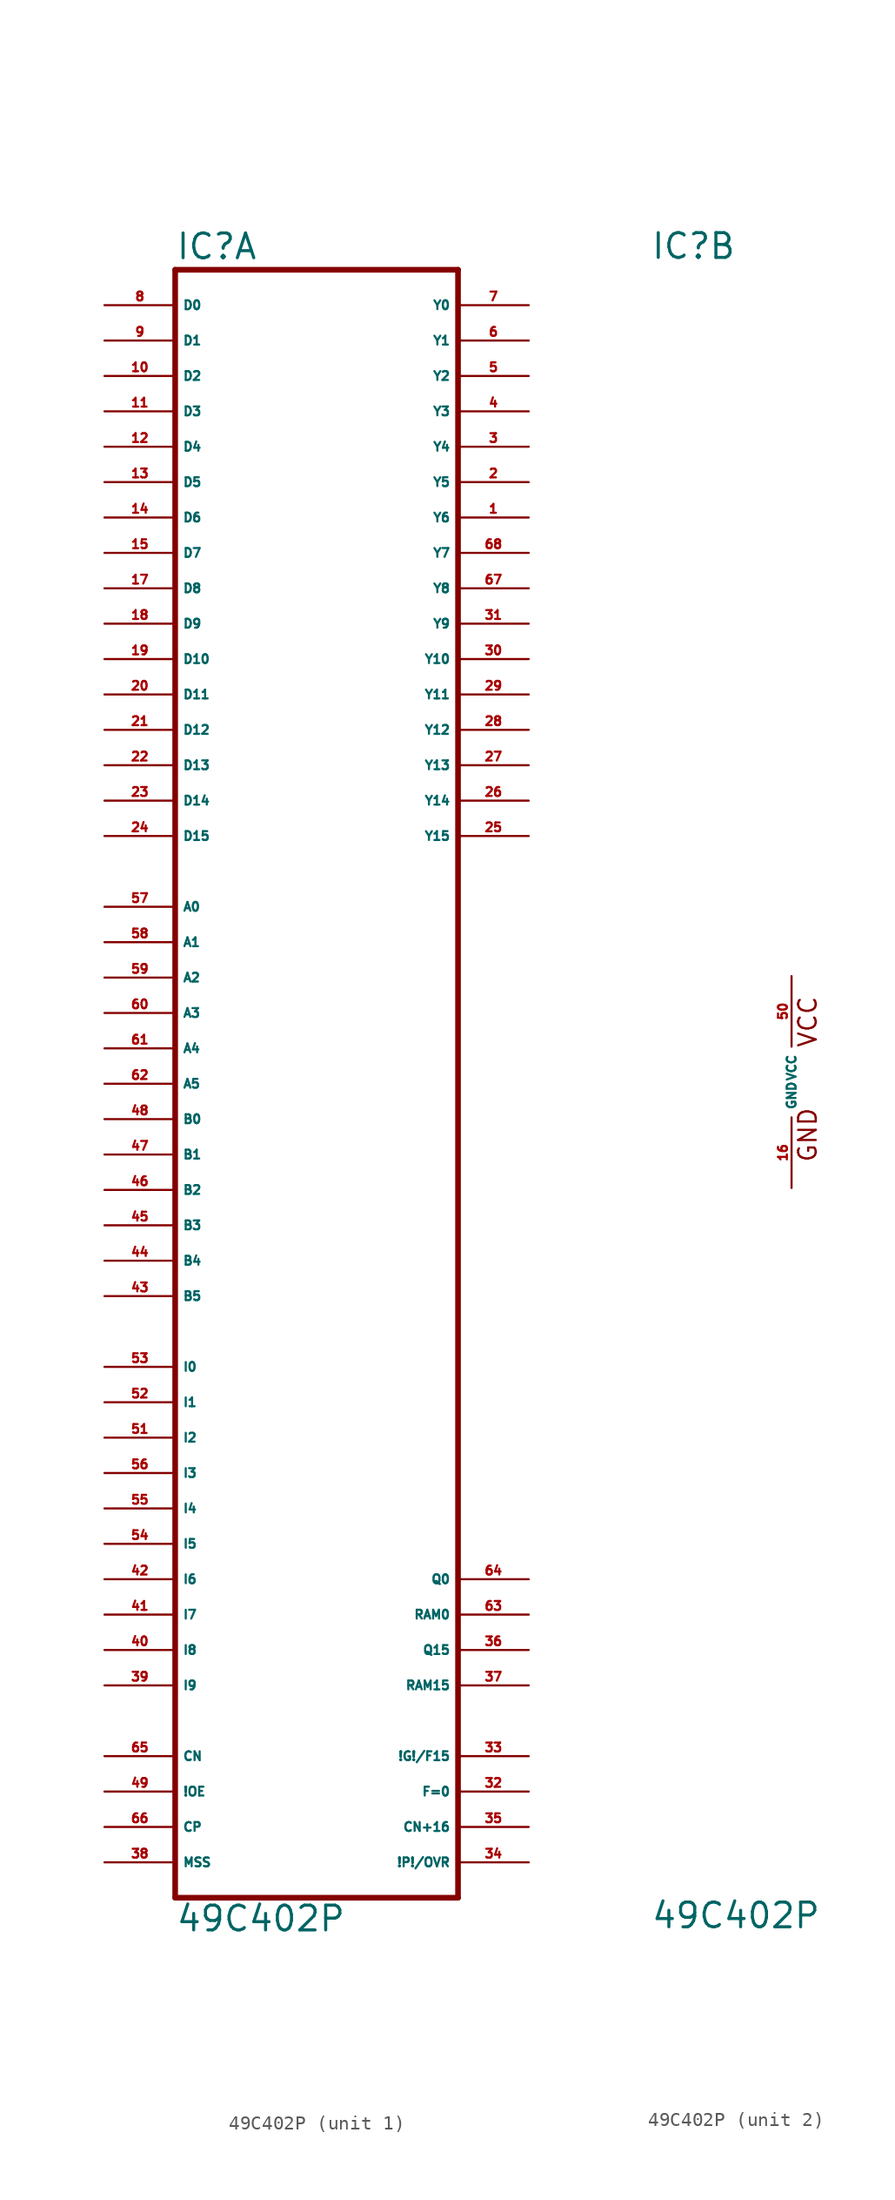
<source format=kicad_sym>
(kicad_symbol_lib
  (version 20220914)
  (generator Eagle2Kicad)
  (symbol "49C402P"
    (property "Reference" "IC"
      (at -10.16 59.055 0)
      (effects (font (size 1.778 1.778) (thickness 0.22)) (justify left bottom)))
    (property "Value" "49C402P"
      (at -10.16 -60.96 0)
      (effects (font (size 1.778 1.778) (thickness 0.22)) (justify left bottom)))
    (symbol "49C402P_1_0"
      (polyline (pts (xy -10.16 -58.42) (xy 10.16 -58.42)) (stroke (width 0.406) (type default)) (fill (type none)))
      (polyline (pts (xy 10.16 -58.42) (xy 10.16 58.42)) (stroke (width 0.406) (type default)) (fill (type none)))
      (polyline (pts (xy 10.16 58.42) (xy -10.16 58.42)) (stroke (width 0.406) (type default)) (fill (type none)))
      (polyline (pts (xy -10.16 58.42) (xy -10.16 -58.42)) (stroke (width 0.406) (type default)) (fill (type none)))
      (pin input line (at -15.24 12.7 0) (length 5.08) (name "A0" (effects (font (size 0.635 0.635) (thickness 0.08)) (justify left bottom))) (number "57" (effects (font (size 0.635 0.635) (thickness 0.08)) (justify left bottom))))
      (pin input line (at -15.24 10.16 0) (length 5.08) (name "A1" (effects (font (size 0.635 0.635) (thickness 0.08)) (justify left bottom))) (number "58" (effects (font (size 0.635 0.635) (thickness 0.08)) (justify left bottom))))
      (pin input line (at -15.24 7.62 0) (length 5.08) (name "A2" (effects (font (size 0.635 0.635) (thickness 0.08)) (justify left bottom))) (number "59" (effects (font (size 0.635 0.635) (thickness 0.08)) (justify left bottom))))
      (pin input line (at -15.24 5.08 0) (length 5.08) (name "A3" (effects (font (size 0.635 0.635) (thickness 0.08)) (justify left bottom))) (number "60" (effects (font (size 0.635 0.635) (thickness 0.08)) (justify left bottom))))
      (pin input line (at -15.24 -2.54 0) (length 5.08) (name "B0" (effects (font (size 0.635 0.635) (thickness 0.08)) (justify left bottom))) (number "48" (effects (font (size 0.635 0.635) (thickness 0.08)) (justify left bottom))))
      (pin input line (at -15.24 -5.08 0) (length 5.08) (name "B1" (effects (font (size 0.635 0.635) (thickness 0.08)) (justify left bottom))) (number "47" (effects (font (size 0.635 0.635) (thickness 0.08)) (justify left bottom))))
      (pin input line (at -15.24 -7.62 0) (length 5.08) (name "B2" (effects (font (size 0.635 0.635) (thickness 0.08)) (justify left bottom))) (number "46" (effects (font (size 0.635 0.635) (thickness 0.08)) (justify left bottom))))
      (pin input line (at -15.24 -10.16 0) (length 5.08) (name "B3" (effects (font (size 0.635 0.635) (thickness 0.08)) (justify left bottom))) (number "45" (effects (font (size 0.635 0.635) (thickness 0.08)) (justify left bottom))))
      (pin input line (at -15.24 55.88 0) (length 5.08) (name "D0" (effects (font (size 0.635 0.635) (thickness 0.08)) (justify left bottom))) (number "8" (effects (font (size 0.635 0.635) (thickness 0.08)) (justify left bottom))))
      (pin input line (at -15.24 53.34 0) (length 5.08) (name "D1" (effects (font (size 0.635 0.635) (thickness 0.08)) (justify left bottom))) (number "9" (effects (font (size 0.635 0.635) (thickness 0.08)) (justify left bottom))))
      (pin input line (at -15.24 50.8 0) (length 5.08) (name "D2" (effects (font (size 0.635 0.635) (thickness 0.08)) (justify left bottom))) (number "10" (effects (font (size 0.635 0.635) (thickness 0.08)) (justify left bottom))))
      (pin input line (at -15.24 48.26 0) (length 5.08) (name "D3" (effects (font (size 0.635 0.635) (thickness 0.08)) (justify left bottom))) (number "11" (effects (font (size 0.635 0.635) (thickness 0.08)) (justify left bottom))))
      (pin input line (at -15.24 45.72 0) (length 5.08) (name "D4" (effects (font (size 0.635 0.635) (thickness 0.08)) (justify left bottom))) (number "12" (effects (font (size 0.635 0.635) (thickness 0.08)) (justify left bottom))))
      (pin input line (at -15.24 43.18 0) (length 5.08) (name "D5" (effects (font (size 0.635 0.635) (thickness 0.08)) (justify left bottom))) (number "13" (effects (font (size 0.635 0.635) (thickness 0.08)) (justify left bottom))))
      (pin input line (at -15.24 40.64 0) (length 5.08) (name "D6" (effects (font (size 0.635 0.635) (thickness 0.08)) (justify left bottom))) (number "14" (effects (font (size 0.635 0.635) (thickness 0.08)) (justify left bottom))))
      (pin input line (at -15.24 38.1 0) (length 5.08) (name "D7" (effects (font (size 0.635 0.635) (thickness 0.08)) (justify left bottom))) (number "15" (effects (font (size 0.635 0.635) (thickness 0.08)) (justify left bottom))))
      (pin input line (at -15.24 35.56 0) (length 5.08) (name "D8" (effects (font (size 0.635 0.635) (thickness 0.08)) (justify left bottom))) (number "17" (effects (font (size 0.635 0.635) (thickness 0.08)) (justify left bottom))))
      (pin input line (at -15.24 33.02 0) (length 5.08) (name "D9" (effects (font (size 0.635 0.635) (thickness 0.08)) (justify left bottom))) (number "18" (effects (font (size 0.635 0.635) (thickness 0.08)) (justify left bottom))))
      (pin input line (at -15.24 30.48 0) (length 5.08) (name "D10" (effects (font (size 0.635 0.635) (thickness 0.08)) (justify left bottom))) (number "19" (effects (font (size 0.635 0.635) (thickness 0.08)) (justify left bottom))))
      (pin input line (at -15.24 27.94 0) (length 5.08) (name "D11" (effects (font (size 0.635 0.635) (thickness 0.08)) (justify left bottom))) (number "20" (effects (font (size 0.635 0.635) (thickness 0.08)) (justify left bottom))))
      (pin input line (at -15.24 25.4 0) (length 5.08) (name "D12" (effects (font (size 0.635 0.635) (thickness 0.08)) (justify left bottom))) (number "21" (effects (font (size 0.635 0.635) (thickness 0.08)) (justify left bottom))))
      (pin input line (at -15.24 22.86 0) (length 5.08) (name "D13" (effects (font (size 0.635 0.635) (thickness 0.08)) (justify left bottom))) (number "22" (effects (font (size 0.635 0.635) (thickness 0.08)) (justify left bottom))))
      (pin input line (at -15.24 20.32 0) (length 5.08) (name "D14" (effects (font (size 0.635 0.635) (thickness 0.08)) (justify left bottom))) (number "23" (effects (font (size 0.635 0.635) (thickness 0.08)) (justify left bottom))))
      (pin input line (at -15.24 17.78 0) (length 5.08) (name "D15" (effects (font (size 0.635 0.635) (thickness 0.08)) (justify left bottom))) (number "24" (effects (font (size 0.635 0.635) (thickness 0.08)) (justify left bottom))))
      (pin input line (at -15.24 -20.32 0) (length 5.08) (name "I0" (effects (font (size 0.635 0.635) (thickness 0.08)) (justify left bottom))) (number "53" (effects (font (size 0.635 0.635) (thickness 0.08)) (justify left bottom))))
      (pin input line (at -15.24 -22.86 0) (length 5.08) (name "I1" (effects (font (size 0.635 0.635) (thickness 0.08)) (justify left bottom))) (number "52" (effects (font (size 0.635 0.635) (thickness 0.08)) (justify left bottom))))
      (pin input line (at -15.24 -25.4 0) (length 5.08) (name "I2" (effects (font (size 0.635 0.635) (thickness 0.08)) (justify left bottom))) (number "51" (effects (font (size 0.635 0.635) (thickness 0.08)) (justify left bottom))))
      (pin input line (at -15.24 -27.94 0) (length 5.08) (name "I3" (effects (font (size 0.635 0.635) (thickness 0.08)) (justify left bottom))) (number "56" (effects (font (size 0.635 0.635) (thickness 0.08)) (justify left bottom))))
      (pin input line (at -15.24 -30.48 0) (length 5.08) (name "I4" (effects (font (size 0.635 0.635) (thickness 0.08)) (justify left bottom))) (number "55" (effects (font (size 0.635 0.635) (thickness 0.08)) (justify left bottom))))
      (pin input line (at -15.24 -33.02 0) (length 5.08) (name "I5" (effects (font (size 0.635 0.635) (thickness 0.08)) (justify left bottom))) (number "54" (effects (font (size 0.635 0.635) (thickness 0.08)) (justify left bottom))))
      (pin input line (at -15.24 -35.56 0) (length 5.08) (name "I6" (effects (font (size 0.635 0.635) (thickness 0.08)) (justify left bottom))) (number "42" (effects (font (size 0.635 0.635) (thickness 0.08)) (justify left bottom))))
      (pin input line (at -15.24 -38.1 0) (length 5.08) (name "I7" (effects (font (size 0.635 0.635) (thickness 0.08)) (justify left bottom))) (number "41" (effects (font (size 0.635 0.635) (thickness 0.08)) (justify left bottom))))
      (pin input line (at -15.24 -40.64 0) (length 5.08) (name "I8" (effects (font (size 0.635 0.635) (thickness 0.08)) (justify left bottom))) (number "40" (effects (font (size 0.635 0.635) (thickness 0.08)) (justify left bottom))))
      (pin input line (at -15.24 -43.18 0) (length 5.08) (name "I9" (effects (font (size 0.635 0.635) (thickness 0.08)) (justify left bottom))) (number "39" (effects (font (size 0.635 0.635) (thickness 0.08)) (justify left bottom))))
      (pin input line (at -15.24 -48.26 0) (length 5.08) (name "CN" (effects (font (size 0.635 0.635) (thickness 0.08)) (justify left bottom))) (number "65" (effects (font (size 0.635 0.635) (thickness 0.08)) (justify left bottom))))
      (pin input line (at -15.24 -50.8 0) (length 5.08) (name "!OE" (effects (font (size 0.635 0.635) (thickness 0.08)) (justify left bottom))) (number "49" (effects (font (size 0.635 0.635) (thickness 0.08)) (justify left bottom))))
      (pin input line (at -15.24 -53.34 0) (length 5.08) (name "CP" (effects (font (size 0.635 0.635) (thickness 0.08)) (justify left bottom))) (number "66" (effects (font (size 0.635 0.635) (thickness 0.08)) (justify left bottom))))
      (pin input line (at -15.24 -55.88 0) (length 5.08) (name "MSS" (effects (font (size 0.635 0.635) (thickness 0.08)) (justify left bottom))) (number "38" (effects (font (size 0.635 0.635) (thickness 0.08)) (justify left bottom))))
      (pin output line (at 15.24 55.88 180) (length 5.08) (name "Y0" (effects (font (size 0.635 0.635) (thickness 0.08)) (justify left bottom))) (number "7" (effects (font (size 0.635 0.635) (thickness 0.08)) (justify left bottom))))
      (pin output line (at 15.24 53.34 180) (length 5.08) (name "Y1" (effects (font (size 0.635 0.635) (thickness 0.08)) (justify left bottom))) (number "6" (effects (font (size 0.635 0.635) (thickness 0.08)) (justify left bottom))))
      (pin output line (at 15.24 50.8 180) (length 5.08) (name "Y2" (effects (font (size 0.635 0.635) (thickness 0.08)) (justify left bottom))) (number "5" (effects (font (size 0.635 0.635) (thickness 0.08)) (justify left bottom))))
      (pin output line (at 15.24 48.26 180) (length 5.08) (name "Y3" (effects (font (size 0.635 0.635) (thickness 0.08)) (justify left bottom))) (number "4" (effects (font (size 0.635 0.635) (thickness 0.08)) (justify left bottom))))
      (pin output line (at 15.24 45.72 180) (length 5.08) (name "Y4" (effects (font (size 0.635 0.635) (thickness 0.08)) (justify left bottom))) (number "3" (effects (font (size 0.635 0.635) (thickness 0.08)) (justify left bottom))))
      (pin output line (at 15.24 43.18 180) (length 5.08) (name "Y5" (effects (font (size 0.635 0.635) (thickness 0.08)) (justify left bottom))) (number "2" (effects (font (size 0.635 0.635) (thickness 0.08)) (justify left bottom))))
      (pin output line (at 15.24 40.64 180) (length 5.08) (name "Y6" (effects (font (size 0.635 0.635) (thickness 0.08)) (justify left bottom))) (number "1" (effects (font (size 0.635 0.635) (thickness 0.08)) (justify left bottom))))
      (pin output line (at 15.24 38.1 180) (length 5.08) (name "Y7" (effects (font (size 0.635 0.635) (thickness 0.08)) (justify left bottom))) (number "68" (effects (font (size 0.635 0.635) (thickness 0.08)) (justify left bottom))))
      (pin output line (at 15.24 35.56 180) (length 5.08) (name "Y8" (effects (font (size 0.635 0.635) (thickness 0.08)) (justify left bottom))) (number "67" (effects (font (size 0.635 0.635) (thickness 0.08)) (justify left bottom))))
      (pin output line (at 15.24 33.02 180) (length 5.08) (name "Y9" (effects (font (size 0.635 0.635) (thickness 0.08)) (justify left bottom))) (number "31" (effects (font (size 0.635 0.635) (thickness 0.08)) (justify left bottom))))
      (pin output line (at 15.24 30.48 180) (length 5.08) (name "Y10" (effects (font (size 0.635 0.635) (thickness 0.08)) (justify left bottom))) (number "30" (effects (font (size 0.635 0.635) (thickness 0.08)) (justify left bottom))))
      (pin output line (at 15.24 27.94 180) (length 5.08) (name "Y11" (effects (font (size 0.635 0.635) (thickness 0.08)) (justify left bottom))) (number "29" (effects (font (size 0.635 0.635) (thickness 0.08)) (justify left bottom))))
      (pin output line (at 15.24 25.4 180) (length 5.08) (name "Y12" (effects (font (size 0.635 0.635) (thickness 0.08)) (justify left bottom))) (number "28" (effects (font (size 0.635 0.635) (thickness 0.08)) (justify left bottom))))
      (pin output line (at 15.24 22.86 180) (length 5.08) (name "Y13" (effects (font (size 0.635 0.635) (thickness 0.08)) (justify left bottom))) (number "27" (effects (font (size 0.635 0.635) (thickness 0.08)) (justify left bottom))))
      (pin output line (at 15.24 20.32 180) (length 5.08) (name "Y14" (effects (font (size 0.635 0.635) (thickness 0.08)) (justify left bottom))) (number "26" (effects (font (size 0.635 0.635) (thickness 0.08)) (justify left bottom))))
      (pin output line (at 15.24 17.78 180) (length 5.08) (name "Y15" (effects (font (size 0.635 0.635) (thickness 0.08)) (justify left bottom))) (number "25" (effects (font (size 0.635 0.635) (thickness 0.08)) (justify left bottom))))
      (pin output line (at 15.24 -55.88 180) (length 5.08) (name "!P!/OVR" (effects (font (size 0.635 0.635) (thickness 0.08)) (justify left bottom))) (number "34" (effects (font (size 0.635 0.635) (thickness 0.08)) (justify left bottom))))
      (pin output line (at 15.24 -53.34 180) (length 5.08) (name "CN+16" (effects (font (size 0.635 0.635) (thickness 0.08)) (justify left bottom))) (number "35" (effects (font (size 0.635 0.635) (thickness 0.08)) (justify left bottom))))
      (pin output line (at 15.24 -50.8 180) (length 5.08) (name "F=0" (effects (font (size 0.635 0.635) (thickness 0.08)) (justify left bottom))) (number "32" (effects (font (size 0.635 0.635) (thickness 0.08)) (justify left bottom))))
      (pin output line (at 15.24 -48.26 180) (length 5.08) (name "!G!/F15" (effects (font (size 0.635 0.635) (thickness 0.08)) (justify left bottom))) (number "33" (effects (font (size 0.635 0.635) (thickness 0.08)) (justify left bottom))))
      (pin bidirectional line (at 15.24 -43.18 180) (length 5.08) (name "RAM15" (effects (font (size 0.635 0.635) (thickness 0.08)) (justify left bottom))) (number "37" (effects (font (size 0.635 0.635) (thickness 0.08)) (justify left bottom))))
      (pin bidirectional line (at 15.24 -40.64 180) (length 5.08) (name "Q15" (effects (font (size 0.635 0.635) (thickness 0.08)) (justify left bottom))) (number "36" (effects (font (size 0.635 0.635) (thickness 0.08)) (justify left bottom))))
      (pin bidirectional line (at 15.24 -38.1 180) (length 5.08) (name "RAM0" (effects (font (size 0.635 0.635) (thickness 0.08)) (justify left bottom))) (number "63" (effects (font (size 0.635 0.635) (thickness 0.08)) (justify left bottom))))
      (pin bidirectional line (at 15.24 -35.56 180) (length 5.08) (name "Q0" (effects (font (size 0.635 0.635) (thickness 0.08)) (justify left bottom))) (number "64" (effects (font (size 0.635 0.635) (thickness 0.08)) (justify left bottom))))
      (pin input line (at -15.24 2.54 0) (length 5.08) (name "A4" (effects (font (size 0.635 0.635) (thickness 0.08)) (justify left bottom))) (number "61" (effects (font (size 0.635 0.635) (thickness 0.08)) (justify left bottom))))
      (pin input line (at -15.24 0 0) (length 5.08) (name "A5" (effects (font (size 0.635 0.635) (thickness 0.08)) (justify left bottom))) (number "62" (effects (font (size 0.635 0.635) (thickness 0.08)) (justify left bottom))))
      (pin input line (at -15.24 -12.7 0) (length 5.08) (name "B4" (effects (font (size 0.635 0.635) (thickness 0.08)) (justify left bottom))) (number "44" (effects (font (size 0.635 0.635) (thickness 0.08)) (justify left bottom))))
      (pin input line (at -15.24 -15.24 0) (length 5.08) (name "B5" (effects (font (size 0.635 0.635) (thickness 0.08)) (justify left bottom))) (number "43" (effects (font (size 0.635 0.635) (thickness 0.08)) (justify left bottom)))))
    (symbol "49C402P_2_0"
      (text "GND" (at 1.905 -5.842 900) (effects (font (size 1.27 1.27) (thickness 0.16)) (justify left bottom)))
      (text "VCC" (at 1.905 2.413 900) (effects (font (size 1.27 1.27) (thickness 0.16)) (justify left bottom)))
      (pin unspecified line (at 0 7.62 270) (length 5.08) (name "VCC" (effects (font (size 0.635 0.635) (thickness 0.08)) (justify left bottom))) (number "50" (effects (font (size 0.635 0.635) (thickness 0.08)) (justify left bottom))))
      (pin unspecified line (at 0 -7.62 90) (length 5.08) (name "GND" (effects (font (size 0.635 0.635) (thickness 0.08)) (justify left bottom))) (number "16" (effects (font (size 0.635 0.635) (thickness 0.08)) (justify left bottom)))))))
</source>
